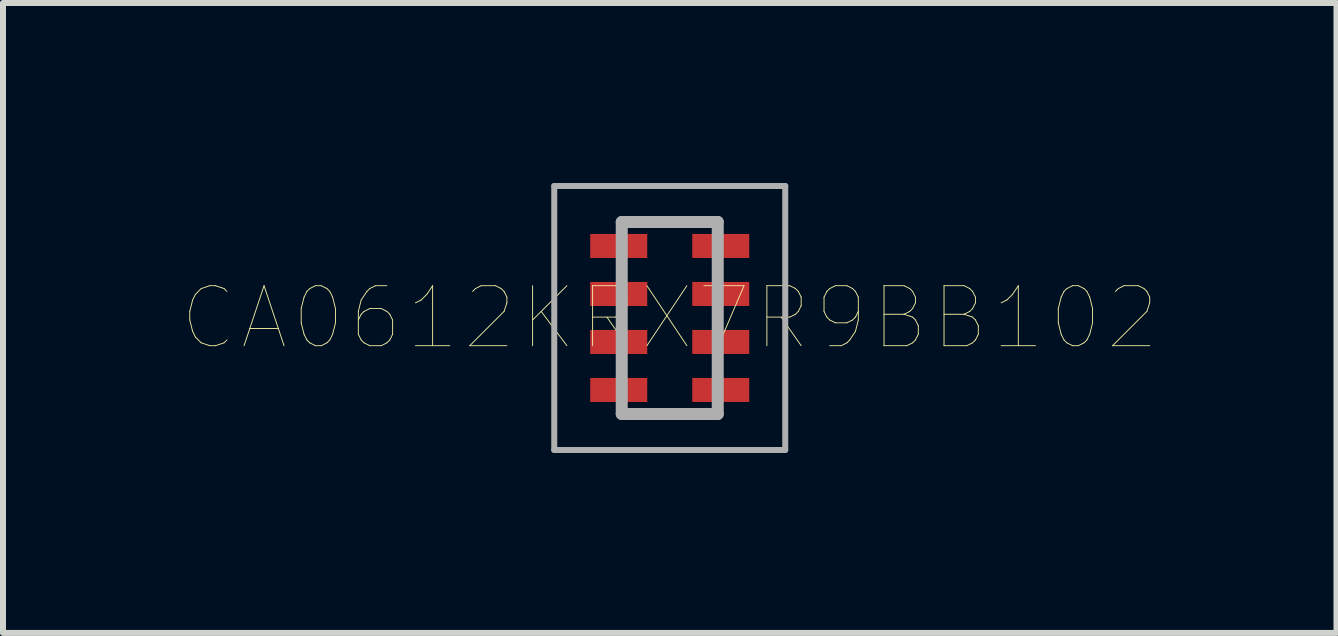
<source format=kicad_pcb>
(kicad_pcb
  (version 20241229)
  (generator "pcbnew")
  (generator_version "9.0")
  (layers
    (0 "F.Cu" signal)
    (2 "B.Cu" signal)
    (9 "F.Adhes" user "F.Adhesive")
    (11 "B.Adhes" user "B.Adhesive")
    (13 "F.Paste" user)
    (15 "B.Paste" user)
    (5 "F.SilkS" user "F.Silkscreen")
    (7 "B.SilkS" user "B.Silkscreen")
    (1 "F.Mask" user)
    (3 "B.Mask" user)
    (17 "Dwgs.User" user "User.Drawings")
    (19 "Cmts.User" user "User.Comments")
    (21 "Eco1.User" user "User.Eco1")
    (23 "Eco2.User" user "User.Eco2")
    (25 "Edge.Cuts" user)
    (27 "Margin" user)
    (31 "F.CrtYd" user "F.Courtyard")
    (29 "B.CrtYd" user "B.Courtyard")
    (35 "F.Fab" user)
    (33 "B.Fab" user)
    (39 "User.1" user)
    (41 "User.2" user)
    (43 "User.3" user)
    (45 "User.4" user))
  (footprint "CA0612KRX7R9BB102"
    (layer "F.Cu")
    (at 8.113 2.25)
    (property "Reference" "CA0612KRX7R9BB102" (at 0 0 0) (layer "F.SilkS") (effects (font (size 1 1) (thickness 0.015))))
    (attr through_hole)
    (fp_line (start -0.8 -1.6) (end 0.8 -1.6) (stroke (width 0.1) (type solid)) (layer "F.SilkS"))
    (fp_line (start -0.8 1.6) (end 0.8 1.6) (stroke (width 0.1) (type solid)) (layer "F.SilkS"))
    (fp_line (start -1.925 -2.2) (end 1.925 -2.2) (stroke (width 0.1) (type solid)) (layer "F.Fab"))
    (fp_line (start -1.925 2.2) (end -1.925 -2.2) (stroke (width 0.1) (type solid)) (layer "F.Fab"))
    (fp_line (start -0.8 -1.6) (end 0.8 -1.6) (stroke (width 0.2) (type solid)) (layer "F.Fab"))
    (fp_line (start -0.8 1.6) (end -0.8 -1.6) (stroke (width 0.2) (type solid)) (layer "F.Fab"))
    (fp_line (start 0.8 -1.6) (end 0.8 1.6) (stroke (width 0.2) (type solid)) (layer "F.Fab"))
    (fp_line (start 0.8 1.6) (end -0.8 1.6) (stroke (width 0.2) (type solid)) (layer "F.Fab"))
    (fp_line (start 1.925 -2.2) (end 1.925 2.2) (stroke (width 0.1) (type solid)) (layer "F.Fab"))
    (fp_line (start 1.925 2.2) (end -1.925 2.2) (stroke (width 0.1) (type solid)) (layer "F.Fab"))
    (pad "1" smd rect (at -0.85 -1.2) (size 0.95 0.4) (layers "F.Cu" "F.Mask" "F.Paste"))
    (pad "2" smd rect (at -0.85 -0.4) (size 0.95 0.4) (layers "F.Cu" "F.Mask" "F.Paste"))
    (pad "3" smd rect (at -0.85 0.4) (size 0.95 0.4) (layers "F.Cu" "F.Mask" "F.Paste"))
    (pad "4" smd rect (at -0.85 1.2) (size 0.95 0.4) (layers "F.Cu" "F.Mask" "F.Paste"))
    (pad "5" smd rect (at 0.85 1.2) (size 0.95 0.4) (layers "F.Cu" "F.Mask" "F.Paste"))
    (pad "6" smd rect (at 0.85 0.4) (size 0.95 0.4) (layers "F.Cu" "F.Mask" "F.Paste"))
    (pad "7" smd rect (at 0.85 -0.4) (size 0.95 0.4) (layers "F.Cu" "F.Mask" "F.Paste"))
    (pad "8" smd rect (at 0.85 -1.2) (size 0.95 0.4) (layers "F.Cu" "F.Mask" "F.Paste")))
  (gr_rect
    (start -3 -3)
    (end 19.226 7.5)
    (stroke (width 0.1) (type default))
    (fill no)
    (layer "Edge.Cuts")))
</source>
